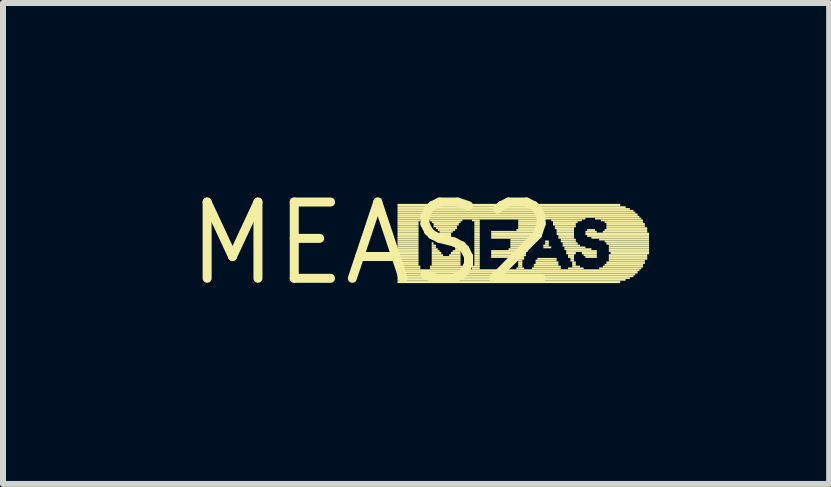
<source format=kicad_pcb>
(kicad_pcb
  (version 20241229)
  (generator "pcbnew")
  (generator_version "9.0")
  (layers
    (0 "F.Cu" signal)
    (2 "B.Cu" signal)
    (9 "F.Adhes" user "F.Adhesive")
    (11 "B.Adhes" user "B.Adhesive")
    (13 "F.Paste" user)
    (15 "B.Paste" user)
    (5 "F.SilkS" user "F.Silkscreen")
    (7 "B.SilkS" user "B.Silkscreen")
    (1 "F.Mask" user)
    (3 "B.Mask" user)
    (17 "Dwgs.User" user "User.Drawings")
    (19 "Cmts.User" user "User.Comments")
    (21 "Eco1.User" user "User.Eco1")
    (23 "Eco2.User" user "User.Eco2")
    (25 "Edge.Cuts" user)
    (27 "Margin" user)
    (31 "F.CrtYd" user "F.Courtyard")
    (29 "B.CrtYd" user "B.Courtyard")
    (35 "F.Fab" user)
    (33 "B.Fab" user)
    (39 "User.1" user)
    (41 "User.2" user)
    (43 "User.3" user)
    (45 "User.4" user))
  (footprint "MEAS2"
    (layer "F.Cu")
    (at 3.152 1.006)
    (property "Reference" "MEAS2" (at 0 0 0) (unlocked yes) (layer "F.SilkS") (effects (font (size 1.27 1.27) (thickness 0.15))))
    (fp_poly (pts (xy 0.42 -0.62) (xy 4.13 -0.62) (xy 4.13 -0.66) (xy 0.42 -0.66)) (stroke (width 0) (type default)) (fill yes) (layer "F.SilkS"))
    (fp_poly (pts (xy 0.42 -0.59) (xy 4.22 -0.59) (xy 4.22 -0.62) (xy 0.42 -0.62)) (stroke (width 0) (type default)) (fill yes) (layer "F.SilkS"))
    (fp_poly (pts (xy 0.42 -0.56) (xy 4.29 -0.56) (xy 4.29 -0.59) (xy 0.42 -0.59)) (stroke (width 0) (type default)) (fill yes) (layer "F.SilkS"))
    (fp_poly (pts (xy 0.42 -0.53) (xy 4.35 -0.53) (xy 4.35 -0.56) (xy 0.42 -0.56)) (stroke (width 0) (type default)) (fill yes) (layer "F.SilkS"))
    (fp_poly (pts (xy 0.42 -0.5) (xy 4.38 -0.5) (xy 4.38 -0.53) (xy 0.42 -0.53)) (stroke (width 0) (type default)) (fill yes) (layer "F.SilkS"))
    (fp_poly (pts (xy 0.42 -0.46) (xy 4.42 -0.46) (xy 4.42 -0.5) (xy 0.42 -0.5)) (stroke (width 0) (type default)) (fill yes) (layer "F.SilkS"))
    (fp_poly (pts (xy 0.42 -0.43) (xy 4.45 -0.43) (xy 4.45 -0.46) (xy 0.42 -0.46)) (stroke (width 0) (type default)) (fill yes) (layer "F.SilkS"))
    (fp_poly (pts (xy 0.42 -0.4) (xy 3.55 -0.4) (xy 3.55 -0.43) (xy 0.42 -0.43)) (stroke (width 0) (type default)) (fill yes) (layer "F.SilkS"))
    (fp_poly (pts (xy 0.42 -0.37) (xy 0.8 -0.37) (xy 0.8 -0.4) (xy 0.42 -0.4)) (stroke (width 0) (type default)) (fill yes) (layer "F.SilkS"))
    (fp_poly (pts (xy 0.42 -0.34) (xy 0.77 -0.34) (xy 0.77 -0.37) (xy 0.42 -0.37)) (stroke (width 0) (type default)) (fill yes) (layer "F.SilkS"))
    (fp_poly (pts (xy 0.42 -0.3) (xy 0.77 -0.3) (xy 0.77 -0.34) (xy 0.42 -0.34)) (stroke (width 0) (type default)) (fill yes) (layer "F.SilkS"))
    (fp_poly (pts (xy 0.42 -0.27) (xy 0.77 -0.27) (xy 0.77 -0.3) (xy 0.42 -0.3)) (stroke (width 0) (type default)) (fill yes) (layer "F.SilkS"))
    (fp_poly (pts (xy 0.42 -0.24) (xy 0.77 -0.24) (xy 0.77 -0.27) (xy 0.42 -0.27)) (stroke (width 0) (type default)) (fill yes) (layer "F.SilkS"))
    (fp_poly (pts (xy 0.42 -0.21) (xy 0.77 -0.21) (xy 0.77 -0.24) (xy 0.42 -0.24)) (stroke (width 0) (type default)) (fill yes) (layer "F.SilkS"))
    (fp_poly (pts (xy 0.42 -0.18) (xy 0.77 -0.18) (xy 0.77 -0.21) (xy 0.42 -0.21)) (stroke (width 0) (type default)) (fill yes) (layer "F.SilkS"))
    (fp_poly (pts (xy 0.42 -0.14) (xy 0.77 -0.14) (xy 0.77 -0.18) (xy 0.42 -0.18)) (stroke (width 0) (type default)) (fill yes) (layer "F.SilkS"))
    (fp_poly (pts (xy 0.42 -0.11) (xy 0.77 -0.11) (xy 0.77 -0.14) (xy 0.42 -0.14)) (stroke (width 0) (type default)) (fill yes) (layer "F.SilkS"))
    (fp_poly (pts (xy 0.42 -0.08) (xy 0.77 -0.08) (xy 0.77 -0.11) (xy 0.42 -0.11)) (stroke (width 0) (type default)) (fill yes) (layer "F.SilkS"))
    (fp_poly (pts (xy 0.42 -0.05) (xy 0.77 -0.05) (xy 0.77 -0.08) (xy 0.42 -0.08)) (stroke (width 0) (type default)) (fill yes) (layer "F.SilkS"))
    (fp_poly (pts (xy 0.42 -0.02) (xy 0.77 -0.02) (xy 0.77 -0.05) (xy 0.42 -0.05)) (stroke (width 0) (type default)) (fill yes) (layer "F.SilkS"))
    (fp_poly (pts (xy 0.42 0.02) (xy 0.77 0.02) (xy 0.77 -0.02) (xy 0.42 -0.02)) (stroke (width 0) (type default)) (fill yes) (layer "F.SilkS"))
    (fp_poly (pts (xy 0.42 0.05) (xy 0.77 0.05) (xy 0.77 0.02) (xy 0.42 0.02)) (stroke (width 0) (type default)) (fill yes) (layer "F.SilkS"))
    (fp_poly (pts (xy 0.42 0.08) (xy 0.77 0.08) (xy 0.77 0.05) (xy 0.42 0.05)) (stroke (width 0) (type default)) (fill yes) (layer "F.SilkS"))
    (fp_poly (pts (xy 0.42 0.11) (xy 0.77 0.11) (xy 0.77 0.08) (xy 0.42 0.08)) (stroke (width 0) (type default)) (fill yes) (layer "F.SilkS"))
    (fp_poly (pts (xy 0.42 0.14) (xy 0.77 0.14) (xy 0.77 0.11) (xy 0.42 0.11)) (stroke (width 0) (type default)) (fill yes) (layer "F.SilkS"))
    (fp_poly (pts (xy 0.42 0.18) (xy 0.77 0.18) (xy 0.77 0.14) (xy 0.42 0.14)) (stroke (width 0) (type default)) (fill yes) (layer "F.SilkS"))
    (fp_poly (pts (xy 0.42 0.21) (xy 0.77 0.21) (xy 0.77 0.18) (xy 0.42 0.18)) (stroke (width 0) (type default)) (fill yes) (layer "F.SilkS"))
    (fp_poly (pts (xy 0.42 0.24) (xy 0.77 0.24) (xy 0.77 0.21) (xy 0.42 0.21)) (stroke (width 0) (type default)) (fill yes) (layer "F.SilkS"))
    (fp_poly (pts (xy 0.42 0.27) (xy 0.77 0.27) (xy 0.77 0.24) (xy 0.42 0.24)) (stroke (width 0) (type default)) (fill yes) (layer "F.SilkS"))
    (fp_poly (pts (xy 0.42 0.3) (xy 0.77 0.3) (xy 0.77 0.27) (xy 0.42 0.27)) (stroke (width 0) (type default)) (fill yes) (layer "F.SilkS"))
    (fp_poly (pts (xy 0.42 0.34) (xy 0.77 0.34) (xy 0.77 0.3) (xy 0.42 0.3)) (stroke (width 0) (type default)) (fill yes) (layer "F.SilkS"))
    (fp_poly (pts (xy 0.42 0.37) (xy 0.77 0.37) (xy 0.77 0.34) (xy 0.42 0.34)) (stroke (width 0) (type default)) (fill yes) (layer "F.SilkS"))
    (fp_poly (pts (xy 0.42 0.4) (xy 0.8 0.4) (xy 0.8 0.37) (xy 0.42 0.37)) (stroke (width 0) (type default)) (fill yes) (layer "F.SilkS"))
    (fp_poly (pts (xy 0.42 0.43) (xy 0.8 0.43) (xy 0.8 0.4) (xy 0.42 0.4)) (stroke (width 0) (type default)) (fill yes) (layer "F.SilkS"))
    (fp_poly (pts (xy 0.42 0.46) (xy 4.45 0.46) (xy 4.45 0.43) (xy 0.42 0.43)) (stroke (width 0) (type default)) (fill yes) (layer "F.SilkS"))
    (fp_poly (pts (xy 0.42 0.5) (xy 4.42 0.5) (xy 4.42 0.46) (xy 0.42 0.46)) (stroke (width 0) (type default)) (fill yes) (layer "F.SilkS"))
    (fp_poly (pts (xy 0.42 0.53) (xy 4.38 0.53) (xy 4.38 0.5) (xy 0.42 0.5)) (stroke (width 0) (type default)) (fill yes) (layer "F.SilkS"))
    (fp_poly (pts (xy 0.42 0.56) (xy 4.35 0.56) (xy 4.35 0.53) (xy 0.42 0.53)) (stroke (width 0) (type default)) (fill yes) (layer "F.SilkS"))
    (fp_poly (pts (xy 0.42 0.59) (xy 4.29 0.59) (xy 4.29 0.56) (xy 0.42 0.56)) (stroke (width 0) (type default)) (fill yes) (layer "F.SilkS"))
    (fp_poly (pts (xy 0.42 0.62) (xy 4.22 0.62) (xy 4.22 0.59) (xy 0.42 0.59)) (stroke (width 0) (type default)) (fill yes) (layer "F.SilkS"))
    (fp_poly (pts (xy 0.42 0.66) (xy 4.13 0.66) (xy 4.13 0.62) (xy 0.42 0.62)) (stroke (width 0) (type default)) (fill yes) (layer "F.SilkS"))
    (fp_poly (pts (xy 0.96 -0.37) (xy 1.5 -0.37) (xy 1.5 -0.4) (xy 0.96 -0.4)) (stroke (width 0) (type default)) (fill yes) (layer "F.SilkS"))
    (fp_poly (pts (xy 0.96 0.4) (xy 1.5 0.4) (xy 1.5 0.37) (xy 0.96 0.37)) (stroke (width 0) (type default)) (fill yes) (layer "F.SilkS"))
    (fp_poly (pts (xy 0.96 0.43) (xy 1.5 0.43) (xy 1.5 0.4) (xy 0.96 0.4)) (stroke (width 0) (type default)) (fill yes) (layer "F.SilkS"))
    (fp_poly (pts (xy 0.99 -0.34) (xy 1.47 -0.34) (xy 1.47 -0.37) (xy 0.99 -0.37)) (stroke (width 0) (type default)) (fill yes) (layer "F.SilkS"))
    (fp_poly (pts (xy 0.99 0.02) (xy 1.02 0.02) (xy 1.02 -0.02) (xy 0.99 -0.02)) (stroke (width 0) (type default)) (fill yes) (layer "F.SilkS"))
    (fp_poly (pts (xy 0.99 0.05) (xy 1.06 0.05) (xy 1.06 0.02) (xy 0.99 0.02)) (stroke (width 0) (type default)) (fill yes) (layer "F.SilkS"))
    (fp_poly (pts (xy 0.99 0.08) (xy 1.06 0.08) (xy 1.06 0.05) (xy 0.99 0.05)) (stroke (width 0) (type default)) (fill yes) (layer "F.SilkS"))
    (fp_poly (pts (xy 0.99 0.11) (xy 1.09 0.11) (xy 1.09 0.08) (xy 0.99 0.08)) (stroke (width 0) (type default)) (fill yes) (layer "F.SilkS"))
    (fp_poly (pts (xy 0.99 0.14) (xy 1.12 0.14) (xy 1.12 0.11) (xy 0.99 0.11)) (stroke (width 0) (type default)) (fill yes) (layer "F.SilkS"))
    (fp_poly (pts (xy 0.99 0.18) (xy 1.15 0.18) (xy 1.15 0.14) (xy 0.99 0.14)) (stroke (width 0) (type default)) (fill yes) (layer "F.SilkS"))
    (fp_poly (pts (xy 0.99 0.21) (xy 1.18 0.21) (xy 1.18 0.18) (xy 0.99 0.18)) (stroke (width 0) (type default)) (fill yes) (layer "F.SilkS"))
    (fp_poly (pts (xy 0.99 0.24) (xy 1.47 0.24) (xy 1.47 0.21) (xy 0.99 0.21)) (stroke (width 0) (type default)) (fill yes) (layer "F.SilkS"))
    (fp_poly (pts (xy 0.99 0.27) (xy 1.47 0.27) (xy 1.47 0.24) (xy 0.99 0.24)) (stroke (width 0) (type default)) (fill yes) (layer "F.SilkS"))
    (fp_poly (pts (xy 0.99 0.3) (xy 1.47 0.3) (xy 1.47 0.27) (xy 0.99 0.27)) (stroke (width 0) (type default)) (fill yes) (layer "F.SilkS"))
    (fp_poly (pts (xy 0.99 0.34) (xy 1.47 0.34) (xy 1.47 0.3) (xy 0.99 0.3)) (stroke (width 0) (type default)) (fill yes) (layer "F.SilkS"))
    (fp_poly (pts (xy 0.99 0.37) (xy 1.47 0.37) (xy 1.47 0.34) (xy 0.99 0.34)) (stroke (width 0) (type default)) (fill yes) (layer "F.SilkS"))
    (fp_poly (pts (xy 1.02 -0.3) (xy 1.44 -0.3) (xy 1.44 -0.34) (xy 1.02 -0.34)) (stroke (width 0) (type default)) (fill yes) (layer "F.SilkS"))
    (fp_poly (pts (xy 1.02 -0.27) (xy 1.41 -0.27) (xy 1.41 -0.3) (xy 1.02 -0.3)) (stroke (width 0) (type default)) (fill yes) (layer "F.SilkS"))
    (fp_poly (pts (xy 1.06 -0.24) (xy 1.41 -0.24) (xy 1.41 -0.27) (xy 1.06 -0.27)) (stroke (width 0) (type default)) (fill yes) (layer "F.SilkS"))
    (fp_poly (pts (xy 1.09 -0.21) (xy 1.38 -0.21) (xy 1.38 -0.24) (xy 1.09 -0.24)) (stroke (width 0) (type default)) (fill yes) (layer "F.SilkS"))
    (fp_poly (pts (xy 1.12 -0.18) (xy 1.34 -0.18) (xy 1.34 -0.21) (xy 1.12 -0.21)) (stroke (width 0) (type default)) (fill yes) (layer "F.SilkS"))
    (fp_poly (pts (xy 1.12 -0.14) (xy 1.31 -0.14) (xy 1.31 -0.18) (xy 1.12 -0.18)) (stroke (width 0) (type default)) (fill yes) (layer "F.SilkS"))
    (fp_poly (pts (xy 1.15 -0.11) (xy 1.31 -0.11) (xy 1.31 -0.14) (xy 1.15 -0.14)) (stroke (width 0) (type default)) (fill yes) (layer "F.SilkS"))
    (fp_poly (pts (xy 1.18 -0.08) (xy 1.28 -0.08) (xy 1.28 -0.11) (xy 1.18 -0.11)) (stroke (width 0) (type default)) (fill yes) (layer "F.SilkS"))
    (fp_poly (pts (xy 1.22 -0.05) (xy 1.25 -0.05) (xy 1.25 -0.08) (xy 1.22 -0.08)) (stroke (width 0) (type default)) (fill yes) (layer "F.SilkS"))
    (fp_poly (pts (xy 1.28 0.21) (xy 1.47 0.21) (xy 1.47 0.18) (xy 1.28 0.18)) (stroke (width 0) (type default)) (fill yes) (layer "F.SilkS"))
    (fp_poly (pts (xy 1.31 0.18) (xy 1.47 0.18) (xy 1.47 0.14) (xy 1.31 0.14)) (stroke (width 0) (type default)) (fill yes) (layer "F.SilkS"))
    (fp_poly (pts (xy 1.34 0.14) (xy 1.47 0.14) (xy 1.47 0.11) (xy 1.34 0.11)) (stroke (width 0) (type default)) (fill yes) (layer "F.SilkS"))
    (fp_poly (pts (xy 1.38 0.08) (xy 1.47 0.08) (xy 1.47 0.05) (xy 1.38 0.05)) (stroke (width 0) (type default)) (fill yes) (layer "F.SilkS"))
    (fp_poly (pts (xy 1.38 0.11) (xy 1.47 0.11) (xy 1.47 0.08) (xy 1.38 0.08)) (stroke (width 0) (type default)) (fill yes) (layer "F.SilkS"))
    (fp_poly (pts (xy 1.41 0.05) (xy 1.47 0.05) (xy 1.47 0.02) (xy 1.41 0.02)) (stroke (width 0) (type default)) (fill yes) (layer "F.SilkS"))
    (fp_poly (pts (xy 1.44 0.02) (xy 1.47 0.02) (xy 1.47 -0.02) (xy 1.44 -0.02)) (stroke (width 0) (type default)) (fill yes) (layer "F.SilkS"))
    (fp_poly (pts (xy 1.66 -0.37) (xy 1.79 -0.37) (xy 1.79 -0.4) (xy 1.66 -0.4)) (stroke (width 0) (type default)) (fill yes) (layer "F.SilkS"))
    (fp_poly (pts (xy 1.66 0.4) (xy 1.79 0.4) (xy 1.79 0.37) (xy 1.66 0.37)) (stroke (width 0) (type default)) (fill yes) (layer "F.SilkS"))
    (fp_poly (pts (xy 1.66 0.43) (xy 1.79 0.43) (xy 1.79 0.4) (xy 1.66 0.4)) (stroke (width 0) (type default)) (fill yes) (layer "F.SilkS"))
    (fp_poly (pts (xy 1.7 -0.34) (xy 1.79 -0.34) (xy 1.79 -0.37) (xy 1.7 -0.37)) (stroke (width 0) (type default)) (fill yes) (layer "F.SilkS"))
    (fp_poly (pts (xy 1.7 -0.3) (xy 1.79 -0.3) (xy 1.79 -0.34) (xy 1.7 -0.34)) (stroke (width 0) (type default)) (fill yes) (layer "F.SilkS"))
    (fp_poly (pts (xy 1.7 -0.27) (xy 1.79 -0.27) (xy 1.79 -0.3) (xy 1.7 -0.3)) (stroke (width 0) (type default)) (fill yes) (layer "F.SilkS"))
    (fp_poly (pts (xy 1.7 -0.24) (xy 1.79 -0.24) (xy 1.79 -0.27) (xy 1.7 -0.27)) (stroke (width 0) (type default)) (fill yes) (layer "F.SilkS"))
    (fp_poly (pts (xy 1.7 -0.21) (xy 1.79 -0.21) (xy 1.79 -0.24) (xy 1.7 -0.24)) (stroke (width 0) (type default)) (fill yes) (layer "F.SilkS"))
    (fp_poly (pts (xy 1.7 -0.18) (xy 1.79 -0.18) (xy 1.79 -0.21) (xy 1.7 -0.21)) (stroke (width 0) (type default)) (fill yes) (layer "F.SilkS"))
    (fp_poly (pts (xy 1.7 -0.14) (xy 1.79 -0.14) (xy 1.79 -0.18) (xy 1.7 -0.18)) (stroke (width 0) (type default)) (fill yes) (layer "F.SilkS"))
    (fp_poly (pts (xy 1.7 -0.11) (xy 1.79 -0.11) (xy 1.79 -0.14) (xy 1.7 -0.14)) (stroke (width 0) (type default)) (fill yes) (layer "F.SilkS"))
    (fp_poly (pts (xy 1.7 -0.08) (xy 1.79 -0.08) (xy 1.79 -0.11) (xy 1.7 -0.11)) (stroke (width 0) (type default)) (fill yes) (layer "F.SilkS"))
    (fp_poly (pts (xy 1.7 -0.05) (xy 1.79 -0.05) (xy 1.79 -0.08) (xy 1.7 -0.08)) (stroke (width 0) (type default)) (fill yes) (layer "F.SilkS"))
    (fp_poly (pts (xy 1.7 -0.02) (xy 1.79 -0.02) (xy 1.79 -0.05) (xy 1.7 -0.05)) (stroke (width 0) (type default)) (fill yes) (layer "F.SilkS"))
    (fp_poly (pts (xy 1.7 0.02) (xy 1.79 0.02) (xy 1.79 -0.02) (xy 1.7 -0.02)) (stroke (width 0) (type default)) (fill yes) (layer "F.SilkS"))
    (fp_poly (pts (xy 1.7 0.05) (xy 1.79 0.05) (xy 1.79 0.02) (xy 1.7 0.02)) (stroke (width 0) (type default)) (fill yes) (layer "F.SilkS"))
    (fp_poly (pts (xy 1.7 0.08) (xy 1.79 0.08) (xy 1.79 0.05) (xy 1.7 0.05)) (stroke (width 0) (type default)) (fill yes) (layer "F.SilkS"))
    (fp_poly (pts (xy 1.7 0.11) (xy 1.79 0.11) (xy 1.79 0.08) (xy 1.7 0.08)) (stroke (width 0) (type default)) (fill yes) (layer "F.SilkS"))
    (fp_poly (pts (xy 1.7 0.14) (xy 1.79 0.14) (xy 1.79 0.11) (xy 1.7 0.11)) (stroke (width 0) (type default)) (fill yes) (layer "F.SilkS"))
    (fp_poly (pts (xy 1.7 0.18) (xy 1.79 0.18) (xy 1.79 0.14) (xy 1.7 0.14)) (stroke (width 0) (type default)) (fill yes) (layer "F.SilkS"))
    (fp_poly (pts (xy 1.7 0.21) (xy 1.79 0.21) (xy 1.79 0.18) (xy 1.7 0.18)) (stroke (width 0) (type default)) (fill yes) (layer "F.SilkS"))
    (fp_poly (pts (xy 1.7 0.24) (xy 1.79 0.24) (xy 1.79 0.21) (xy 1.7 0.21)) (stroke (width 0) (type default)) (fill yes) (layer "F.SilkS"))
    (fp_poly (pts (xy 1.7 0.27) (xy 1.79 0.27) (xy 1.79 0.24) (xy 1.7 0.24)) (stroke (width 0) (type default)) (fill yes) (layer "F.SilkS"))
    (fp_poly (pts (xy 1.7 0.3) (xy 1.79 0.3) (xy 1.79 0.27) (xy 1.7 0.27)) (stroke (width 0) (type default)) (fill yes) (layer "F.SilkS"))
    (fp_poly (pts (xy 1.7 0.34) (xy 1.79 0.34) (xy 1.79 0.3) (xy 1.7 0.3)) (stroke (width 0) (type default)) (fill yes) (layer "F.SilkS"))
    (fp_poly (pts (xy 1.7 0.37) (xy 1.79 0.37) (xy 1.79 0.34) (xy 1.7 0.34)) (stroke (width 0) (type default)) (fill yes) (layer "F.SilkS"))
    (fp_poly (pts (xy 1.98 -0.18) (xy 2.75 -0.18) (xy 2.75 -0.21) (xy 1.98 -0.21)) (stroke (width 0) (type default)) (fill yes) (layer "F.SilkS"))
    (fp_poly (pts (xy 1.98 -0.14) (xy 2.72 -0.14) (xy 2.72 -0.18) (xy 1.98 -0.18)) (stroke (width 0) (type default)) (fill yes) (layer "F.SilkS"))
    (fp_poly (pts (xy 1.98 -0.11) (xy 2.72 -0.11) (xy 2.72 -0.14) (xy 1.98 -0.14)) (stroke (width 0) (type default)) (fill yes) (layer "F.SilkS"))
    (fp_poly (pts (xy 1.98 -0.08) (xy 2.69 -0.08) (xy 2.69 -0.11) (xy 1.98 -0.11)) (stroke (width 0) (type default)) (fill yes) (layer "F.SilkS"))
    (fp_poly (pts (xy 1.98 0.14) (xy 2.59 0.14) (xy 2.59 0.11) (xy 1.98 0.11)) (stroke (width 0) (type default)) (fill yes) (layer "F.SilkS"))
    (fp_poly (pts (xy 1.98 0.18) (xy 2.56 0.18) (xy 2.56 0.14) (xy 1.98 0.14)) (stroke (width 0) (type default)) (fill yes) (layer "F.SilkS"))
    (fp_poly (pts (xy 1.98 0.21) (xy 2.56 0.21) (xy 2.56 0.18) (xy 1.98 0.18)) (stroke (width 0) (type default)) (fill yes) (layer "F.SilkS"))
    (fp_poly (pts (xy 1.98 0.24) (xy 2.53 0.24) (xy 2.53 0.21) (xy 1.98 0.21)) (stroke (width 0) (type default)) (fill yes) (layer "F.SilkS"))
    (fp_poly (pts (xy 2.27 0.11) (xy 2.59 0.11) (xy 2.59 0.08) (xy 2.27 0.08)) (stroke (width 0) (type default)) (fill yes) (layer "F.SilkS"))
    (fp_poly (pts (xy 2.3 -0.05) (xy 2.69 -0.05) (xy 2.69 -0.08) (xy 2.3 -0.08)) (stroke (width 0) (type default)) (fill yes) (layer "F.SilkS"))
    (fp_poly (pts (xy 2.3 -0.02) (xy 2.66 -0.02) (xy 2.66 -0.05) (xy 2.3 -0.05)) (stroke (width 0) (type default)) (fill yes) (layer "F.SilkS"))
    (fp_poly (pts (xy 2.3 0.02) (xy 2.66 0.02) (xy 2.66 -0.02) (xy 2.3 -0.02)) (stroke (width 0) (type default)) (fill yes) (layer "F.SilkS"))
    (fp_poly (pts (xy 2.3 0.05) (xy 2.62 0.05) (xy 2.62 0.02) (xy 2.3 0.02)) (stroke (width 0) (type default)) (fill yes) (layer "F.SilkS"))
    (fp_poly (pts (xy 2.3 0.08) (xy 2.62 0.08) (xy 2.62 0.05) (xy 2.3 0.05)) (stroke (width 0) (type default)) (fill yes) (layer "F.SilkS"))
    (fp_poly (pts (xy 2.4 -0.21) (xy 2.75 -0.21) (xy 2.75 -0.24) (xy 2.4 -0.24)) (stroke (width 0) (type default)) (fill yes) (layer "F.SilkS"))
    (fp_poly (pts (xy 2.4 0.43) (xy 2.53 0.43) (xy 2.53 0.4) (xy 2.4 0.4)) (stroke (width 0) (type default)) (fill yes) (layer "F.SilkS"))
    (fp_poly (pts (xy 2.43 -0.37) (xy 2.85 -0.37) (xy 2.85 -0.4) (xy 2.43 -0.4)) (stroke (width 0) (type default)) (fill yes) (layer "F.SilkS"))
    (fp_poly (pts (xy 2.43 -0.34) (xy 2.82 -0.34) (xy 2.82 -0.37) (xy 2.43 -0.37)) (stroke (width 0) (type default)) (fill yes) (layer "F.SilkS"))
    (fp_poly (pts (xy 2.43 -0.3) (xy 2.78 -0.3) (xy 2.78 -0.34) (xy 2.43 -0.34)) (stroke (width 0) (type default)) (fill yes) (layer "F.SilkS"))
    (fp_poly (pts (xy 2.43 -0.27) (xy 2.78 -0.27) (xy 2.78 -0.3) (xy 2.43 -0.3)) (stroke (width 0) (type default)) (fill yes) (layer "F.SilkS"))
    (fp_poly (pts (xy 2.43 -0.24) (xy 2.75 -0.24) (xy 2.75 -0.27) (xy 2.43 -0.27)) (stroke (width 0) (type default)) (fill yes) (layer "F.SilkS"))
    (fp_poly (pts (xy 2.43 0.27) (xy 2.53 0.27) (xy 2.53 0.24) (xy 2.43 0.24)) (stroke (width 0) (type default)) (fill yes) (layer "F.SilkS"))
    (fp_poly (pts (xy 2.43 0.3) (xy 2.5 0.3) (xy 2.5 0.27) (xy 2.43 0.27)) (stroke (width 0) (type default)) (fill yes) (layer "F.SilkS"))
    (fp_poly (pts (xy 2.43 0.34) (xy 2.5 0.34) (xy 2.5 0.3) (xy 2.43 0.3)) (stroke (width 0) (type default)) (fill yes) (layer "F.SilkS"))
    (fp_poly (pts (xy 2.43 0.37) (xy 2.5 0.37) (xy 2.5 0.34) (xy 2.43 0.34)) (stroke (width 0) (type default)) (fill yes) (layer "F.SilkS"))
    (fp_poly (pts (xy 2.43 0.4) (xy 2.5 0.4) (xy 2.5 0.37) (xy 2.43 0.37)) (stroke (width 0) (type default)) (fill yes) (layer "F.SilkS"))
    (fp_poly (pts (xy 2.66 0.43) (xy 3.14 0.43) (xy 3.14 0.4) (xy 2.66 0.4)) (stroke (width 0) (type default)) (fill yes) (layer "F.SilkS"))
    (fp_poly (pts (xy 2.69 0.37) (xy 3.1 0.37) (xy 3.1 0.34) (xy 2.69 0.34)) (stroke (width 0) (type default)) (fill yes) (layer "F.SilkS"))
    (fp_poly (pts (xy 2.69 0.4) (xy 3.14 0.4) (xy 3.14 0.37) (xy 2.69 0.37)) (stroke (width 0) (type default)) (fill yes) (layer "F.SilkS"))
    (fp_poly (pts (xy 2.72 0.3) (xy 3.07 0.3) (xy 3.07 0.27) (xy 2.72 0.27)) (stroke (width 0) (type default)) (fill yes) (layer "F.SilkS"))
    (fp_poly (pts (xy 2.72 0.34) (xy 3.1 0.34) (xy 3.1 0.3) (xy 2.72 0.3)) (stroke (width 0) (type default)) (fill yes) (layer "F.SilkS"))
    (fp_poly (pts (xy 2.75 0.27) (xy 3.07 0.27) (xy 3.07 0.24) (xy 2.75 0.24)) (stroke (width 0) (type default)) (fill yes) (layer "F.SilkS"))
    (fp_poly (pts (xy 2.85 0.05) (xy 2.94 0.05) (xy 2.94 0.02) (xy 2.85 0.02)) (stroke (width 0) (type default)) (fill yes) (layer "F.SilkS"))
    (fp_poly (pts (xy 2.85 0.08) (xy 2.98 0.08) (xy 2.98 0.05) (xy 2.85 0.05)) (stroke (width 0) (type default)) (fill yes) (layer "F.SilkS"))
    (fp_poly (pts (xy 2.88 -0.02) (xy 2.94 -0.02) (xy 2.94 -0.05) (xy 2.88 -0.05)) (stroke (width 0) (type default)) (fill yes) (layer "F.SilkS"))
    (fp_poly (pts (xy 2.88 0.02) (xy 2.94 0.02) (xy 2.94 -0.02) (xy 2.88 -0.02)) (stroke (width 0) (type default)) (fill yes) (layer "F.SilkS"))
    (fp_poly (pts (xy 2.98 -0.37) (xy 3.49 -0.37) (xy 3.49 -0.4) (xy 2.98 -0.4)) (stroke (width 0) (type default)) (fill yes) (layer "F.SilkS"))
    (fp_poly (pts (xy 3.01 -0.34) (xy 3.42 -0.34) (xy 3.42 -0.37) (xy 3.01 -0.37)) (stroke (width 0) (type default)) (fill yes) (layer "F.SilkS"))
    (fp_poly (pts (xy 3.01 -0.3) (xy 3.39 -0.3) (xy 3.39 -0.34) (xy 3.01 -0.34)) (stroke (width 0) (type default)) (fill yes) (layer "F.SilkS"))
    (fp_poly (pts (xy 3.04 -0.27) (xy 3.39 -0.27) (xy 3.39 -0.3) (xy 3.04 -0.3)) (stroke (width 0) (type default)) (fill yes) (layer "F.SilkS"))
    (fp_poly (pts (xy 3.04 -0.24) (xy 3.36 -0.24) (xy 3.36 -0.27) (xy 3.04 -0.27)) (stroke (width 0) (type default)) (fill yes) (layer "F.SilkS"))
    (fp_poly (pts (xy 3.07 -0.21) (xy 3.36 -0.21) (xy 3.36 -0.24) (xy 3.07 -0.24)) (stroke (width 0) (type default)) (fill yes) (layer "F.SilkS"))
    (fp_poly (pts (xy 3.07 -0.18) (xy 3.36 -0.18) (xy 3.36 -0.21) (xy 3.07 -0.21)) (stroke (width 0) (type default)) (fill yes) (layer "F.SilkS"))
    (fp_poly (pts (xy 3.07 -0.14) (xy 3.36 -0.14) (xy 3.36 -0.18) (xy 3.07 -0.18)) (stroke (width 0) (type default)) (fill yes) (layer "F.SilkS"))
    (fp_poly (pts (xy 3.1 -0.11) (xy 3.36 -0.11) (xy 3.36 -0.14) (xy 3.1 -0.14)) (stroke (width 0) (type default)) (fill yes) (layer "F.SilkS"))
    (fp_poly (pts (xy 3.1 -0.08) (xy 3.36 -0.08) (xy 3.36 -0.11) (xy 3.1 -0.11)) (stroke (width 0) (type default)) (fill yes) (layer "F.SilkS"))
    (fp_poly (pts (xy 3.14 -0.05) (xy 3.39 -0.05) (xy 3.39 -0.08) (xy 3.14 -0.08)) (stroke (width 0) (type default)) (fill yes) (layer "F.SilkS"))
    (fp_poly (pts (xy 3.14 -0.02) (xy 3.39 -0.02) (xy 3.39 -0.05) (xy 3.14 -0.05)) (stroke (width 0) (type default)) (fill yes) (layer "F.SilkS"))
    (fp_poly (pts (xy 3.17 0.02) (xy 3.42 0.02) (xy 3.42 -0.02) (xy 3.17 -0.02)) (stroke (width 0) (type default)) (fill yes) (layer "F.SilkS"))
    (fp_poly (pts (xy 3.17 0.05) (xy 3.46 0.05) (xy 3.46 0.02) (xy 3.17 0.02)) (stroke (width 0) (type default)) (fill yes) (layer "F.SilkS"))
    (fp_poly (pts (xy 3.2 0.08) (xy 3.55 0.08) (xy 3.55 0.05) (xy 3.2 0.05)) (stroke (width 0) (type default)) (fill yes) (layer "F.SilkS"))
    (fp_poly (pts (xy 3.2 0.11) (xy 3.65 0.11) (xy 3.65 0.08) (xy 3.2 0.08)) (stroke (width 0) (type default)) (fill yes) (layer "F.SilkS"))
    (fp_poly (pts (xy 3.23 0.14) (xy 3.74 0.14) (xy 3.74 0.11) (xy 3.23 0.11)) (stroke (width 0) (type default)) (fill yes) (layer "F.SilkS"))
    (fp_poly (pts (xy 3.23 0.18) (xy 3.39 0.18) (xy 3.39 0.14) (xy 3.23 0.14)) (stroke (width 0) (type default)) (fill yes) (layer "F.SilkS"))
    (fp_poly (pts (xy 3.26 0.21) (xy 3.36 0.21) (xy 3.36 0.18) (xy 3.26 0.18)) (stroke (width 0) (type default)) (fill yes) (layer "F.SilkS"))
    (fp_poly (pts (xy 3.26 0.24) (xy 3.36 0.24) (xy 3.36 0.21) (xy 3.26 0.21)) (stroke (width 0) (type default)) (fill yes) (layer "F.SilkS"))
    (fp_poly (pts (xy 3.26 0.43) (xy 3.52 0.43) (xy 3.52 0.4) (xy 3.26 0.4)) (stroke (width 0) (type default)) (fill yes) (layer "F.SilkS"))
    (fp_poly (pts (xy 3.3 0.27) (xy 3.36 0.27) (xy 3.36 0.24) (xy 3.3 0.24)) (stroke (width 0) (type default)) (fill yes) (layer "F.SilkS"))
    (fp_poly (pts (xy 3.3 0.3) (xy 3.36 0.3) (xy 3.36 0.27) (xy 3.3 0.27)) (stroke (width 0) (type default)) (fill yes) (layer "F.SilkS"))
    (fp_poly (pts (xy 3.33 0.34) (xy 3.39 0.34) (xy 3.39 0.3) (xy 3.33 0.3)) (stroke (width 0) (type default)) (fill yes) (layer "F.SilkS"))
    (fp_poly (pts (xy 3.33 0.37) (xy 3.39 0.37) (xy 3.39 0.34) (xy 3.33 0.34)) (stroke (width 0) (type default)) (fill yes) (layer "F.SilkS"))
    (fp_poly (pts (xy 3.33 0.4) (xy 3.46 0.4) (xy 3.46 0.37) (xy 3.33 0.37)) (stroke (width 0) (type default)) (fill yes) (layer "F.SilkS"))
    (fp_poly (pts (xy 3.49 0.18) (xy 3.74 0.18) (xy 3.74 0.14) (xy 3.49 0.14)) (stroke (width 0) (type default)) (fill yes) (layer "F.SilkS"))
    (fp_poly (pts (xy 3.52 0.21) (xy 3.74 0.21) (xy 3.74 0.18) (xy 3.52 0.18)) (stroke (width 0) (type default)) (fill yes) (layer "F.SilkS"))
    (fp_poly (pts (xy 3.55 -0.18) (xy 3.74 -0.18) (xy 3.74 -0.21) (xy 3.55 -0.21)) (stroke (width 0) (type default)) (fill yes) (layer "F.SilkS"))
    (fp_poly (pts (xy 3.55 -0.14) (xy 4.61 -0.14) (xy 4.61 -0.18) (xy 3.55 -0.18)) (stroke (width 0) (type default)) (fill yes) (layer "F.SilkS"))
    (fp_poly (pts (xy 3.55 0.24) (xy 3.74 0.24) (xy 3.74 0.21) (xy 3.55 0.21)) (stroke (width 0) (type default)) (fill yes) (layer "F.SilkS"))
    (fp_poly (pts (xy 3.58 -0.21) (xy 3.71 -0.21) (xy 3.71 -0.24) (xy 3.58 -0.24)) (stroke (width 0) (type default)) (fill yes) (layer "F.SilkS"))
    (fp_poly (pts (xy 3.58 -0.11) (xy 4.61 -0.11) (xy 4.61 -0.14) (xy 3.58 -0.14)) (stroke (width 0) (type default)) (fill yes) (layer "F.SilkS"))
    (fp_poly (pts (xy 3.65 -0.08) (xy 4.61 -0.08) (xy 4.61 -0.11) (xy 3.65 -0.11)) (stroke (width 0) (type default)) (fill yes) (layer "F.SilkS"))
    (fp_poly (pts (xy 3.71 -0.4) (xy 4.48 -0.4) (xy 4.48 -0.43) (xy 3.71 -0.43)) (stroke (width 0) (type default)) (fill yes) (layer "F.SilkS"))
    (fp_poly (pts (xy 3.78 -0.05) (xy 4.61 -0.05) (xy 4.61 -0.08) (xy 3.78 -0.08)) (stroke (width 0) (type default)) (fill yes) (layer "F.SilkS"))
    (fp_poly (pts (xy 3.78 0.43) (xy 4.48 0.43) (xy 4.48 0.4) (xy 3.78 0.4)) (stroke (width 0) (type default)) (fill yes) (layer "F.SilkS"))
    (fp_poly (pts (xy 3.81 -0.37) (xy 4.51 -0.37) (xy 4.51 -0.4) (xy 3.81 -0.4)) (stroke (width 0) (type default)) (fill yes) (layer "F.SilkS"))
    (fp_poly (pts (xy 3.84 -0.18) (xy 4.58 -0.18) (xy 4.58 -0.21) (xy 3.84 -0.21)) (stroke (width 0) (type default)) (fill yes) (layer "F.SilkS"))
    (fp_poly (pts (xy 3.84 0.4) (xy 4.51 0.4) (xy 4.51 0.37) (xy 3.84 0.37)) (stroke (width 0) (type default)) (fill yes) (layer "F.SilkS"))
    (fp_poly (pts (xy 3.87 -0.34) (xy 4.51 -0.34) (xy 4.51 -0.37) (xy 3.87 -0.37)) (stroke (width 0) (type default)) (fill yes) (layer "F.SilkS"))
    (fp_poly (pts (xy 3.87 -0.21) (xy 4.58 -0.21) (xy 4.58 -0.24) (xy 3.87 -0.24)) (stroke (width 0) (type default)) (fill yes) (layer "F.SilkS"))
    (fp_poly (pts (xy 3.87 -0.02) (xy 4.61 -0.02) (xy 4.61 -0.05) (xy 3.87 -0.05)) (stroke (width 0) (type default)) (fill yes) (layer "F.SilkS"))
    (fp_poly (pts (xy 3.87 0.37) (xy 4.51 0.37) (xy 4.51 0.34) (xy 3.87 0.34)) (stroke (width 0) (type default)) (fill yes) (layer "F.SilkS"))
    (fp_poly (pts (xy 3.9 -0.3) (xy 4.54 -0.3) (xy 4.54 -0.34) (xy 3.9 -0.34)) (stroke (width 0) (type default)) (fill yes) (layer "F.SilkS"))
    (fp_poly (pts (xy 3.9 -0.27) (xy 4.54 -0.27) (xy 4.54 -0.3) (xy 3.9 -0.3)) (stroke (width 0) (type default)) (fill yes) (layer "F.SilkS"))
    (fp_poly (pts (xy 3.9 -0.24) (xy 4.58 -0.24) (xy 4.58 -0.27) (xy 3.9 -0.27)) (stroke (width 0) (type default)) (fill yes) (layer "F.SilkS"))
    (fp_poly (pts (xy 3.9 0.02) (xy 4.61 0.02) (xy 4.61 -0.02) (xy 3.9 -0.02)) (stroke (width 0) (type default)) (fill yes) (layer "F.SilkS"))
    (fp_poly (pts (xy 3.9 0.34) (xy 4.54 0.34) (xy 4.54 0.3) (xy 3.9 0.3)) (stroke (width 0) (type default)) (fill yes) (layer "F.SilkS"))
    (fp_poly (pts (xy 3.94 0.05) (xy 4.61 0.05) (xy 4.61 0.02) (xy 3.94 0.02)) (stroke (width 0) (type default)) (fill yes) (layer "F.SilkS"))
    (fp_poly (pts (xy 3.94 0.08) (xy 4.61 0.08) (xy 4.61 0.05) (xy 3.94 0.05)) (stroke (width 0) (type default)) (fill yes) (layer "F.SilkS"))
    (fp_poly (pts (xy 3.94 0.11) (xy 4.61 0.11) (xy 4.61 0.08) (xy 3.94 0.08)) (stroke (width 0) (type default)) (fill yes) (layer "F.SilkS"))
    (fp_poly (pts (xy 3.94 0.14) (xy 4.61 0.14) (xy 4.61 0.11) (xy 3.94 0.11)) (stroke (width 0) (type default)) (fill yes) (layer "F.SilkS"))
    (fp_poly (pts (xy 3.94 0.21) (xy 4.58 0.21) (xy 4.58 0.18) (xy 3.94 0.18)) (stroke (width 0) (type default)) (fill yes) (layer "F.SilkS"))
    (fp_poly (pts (xy 3.94 0.24) (xy 4.58 0.24) (xy 4.58 0.21) (xy 3.94 0.21)) (stroke (width 0) (type default)) (fill yes) (layer "F.SilkS"))
    (fp_poly (pts (xy 3.94 0.27) (xy 4.58 0.27) (xy 4.58 0.24) (xy 3.94 0.24)) (stroke (width 0) (type default)) (fill yes) (layer "F.SilkS"))
    (fp_poly (pts (xy 3.94 0.3) (xy 4.54 0.3) (xy 4.54 0.27) (xy 3.94 0.27)) (stroke (width 0) (type default)) (fill yes) (layer "F.SilkS"))
    (fp_poly (pts (xy 3.97 0.18) (xy 4.61 0.18) (xy 4.61 0.14) (xy 3.97 0.14)) (stroke (width 0) (type default)) (fill yes) (layer "F.SilkS")))
  (gr_rect
    (start -3 -3)
    (end 10.762 5.012)
    (stroke (width 0.1) (type default))
    (fill no)
    (layer "Edge.Cuts")))
</source>
